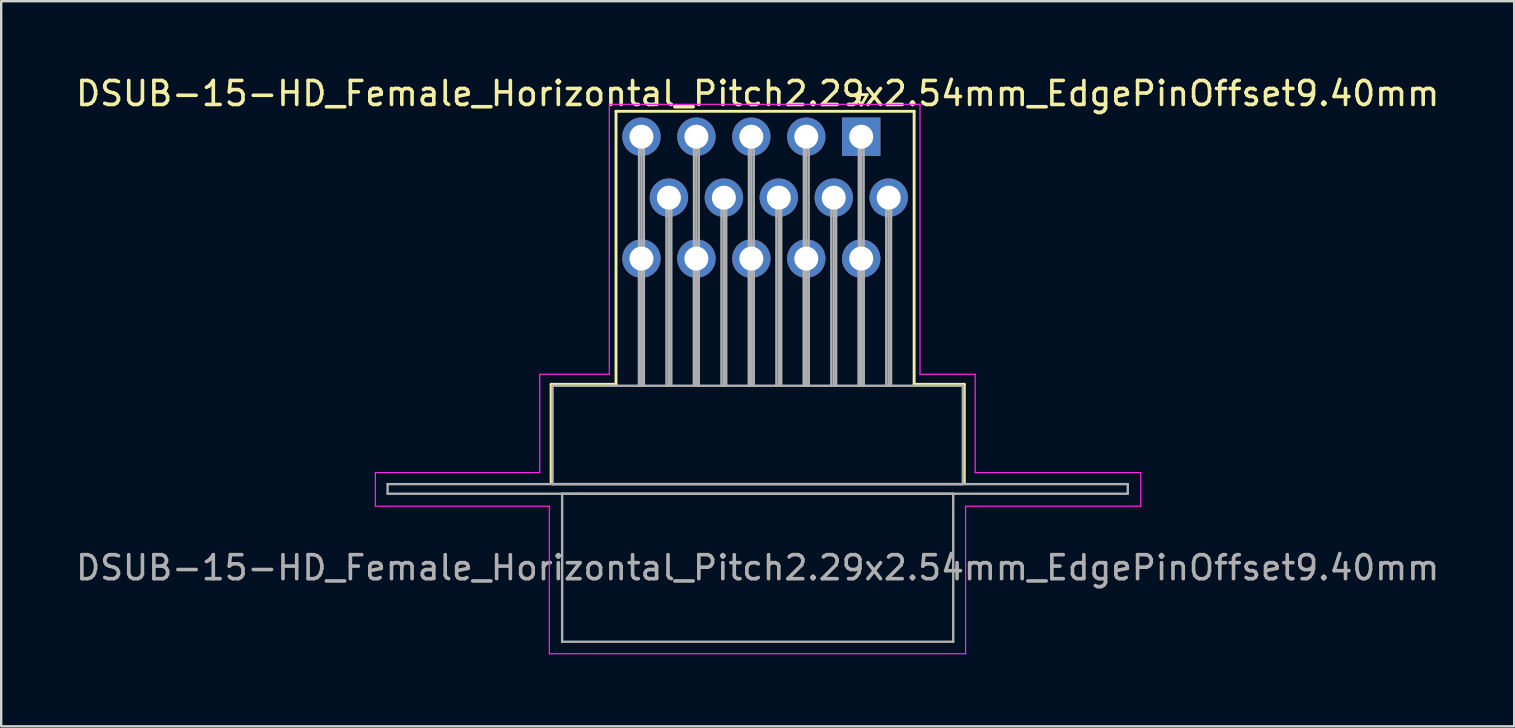
<source format=kicad_pcb>
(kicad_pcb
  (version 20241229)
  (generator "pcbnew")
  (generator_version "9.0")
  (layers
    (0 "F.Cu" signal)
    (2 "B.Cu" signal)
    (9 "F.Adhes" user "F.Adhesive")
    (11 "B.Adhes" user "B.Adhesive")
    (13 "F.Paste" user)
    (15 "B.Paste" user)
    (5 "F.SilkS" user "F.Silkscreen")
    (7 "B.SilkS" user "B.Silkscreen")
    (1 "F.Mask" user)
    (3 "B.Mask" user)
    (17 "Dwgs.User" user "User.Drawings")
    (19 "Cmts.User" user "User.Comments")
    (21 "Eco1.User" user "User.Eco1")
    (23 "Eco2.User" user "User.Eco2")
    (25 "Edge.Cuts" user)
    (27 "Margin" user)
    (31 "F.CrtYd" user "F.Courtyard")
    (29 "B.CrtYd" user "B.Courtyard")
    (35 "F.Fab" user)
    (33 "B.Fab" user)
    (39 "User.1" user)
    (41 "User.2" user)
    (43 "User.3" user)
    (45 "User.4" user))
  (footprint "DSUB-15-HD_Female_Horizontal_Pitch2.29x2.54mm_EdgePinOffset9.40mm"
    (layer "F.Cu")
    (at 32.845 2.648)
    (property "Reference" "DSUB-15-HD_Female_Horizontal_Pitch2.29x2.54mm_EdgePinOffset9.40mm" (at -4.315 -1.8 0) (layer "F.SilkS") (effects (font (size 1 1) (thickness 0.15))))
    (attr through_hole)
    (fp_line (start -12.925 10.32) (end -10.22 10.32) (stroke (width 0.12) (type solid)) (layer "F.SilkS"))
    (fp_line (start -12.925 14.42) (end -12.925 10.32) (stroke (width 0.12) (type solid)) (layer "F.SilkS"))
    (fp_line (start -10.22 -1.06) (end 2.205 -1.06) (stroke (width 0.12) (type solid)) (layer "F.SilkS"))
    (fp_line (start -10.22 10.32) (end -10.22 -1.06) (stroke (width 0.12) (type solid)) (layer "F.SilkS"))
    (fp_line (start -0.25 -1.754) (end 0.25 -1.754) (stroke (width 0.12) (type solid)) (layer "F.SilkS"))
    (fp_line (start 0 -1.321) (end -0.25 -1.754) (stroke (width 0.12) (type solid)) (layer "F.SilkS"))
    (fp_line (start 0.25 -1.754) (end 0 -1.321) (stroke (width 0.12) (type solid)) (layer "F.SilkS"))
    (fp_line (start 2.205 -1.06) (end 2.205 10.32) (stroke (width 0.12) (type solid)) (layer "F.SilkS"))
    (fp_line (start 2.205 10.32) (end 4.295 10.32) (stroke (width 0.12) (type solid)) (layer "F.SilkS"))
    (fp_line (start 4.295 10.32) (end 4.295 14.42) (stroke (width 0.12) (type solid)) (layer "F.SilkS"))
    (fp_line (start -20.25 14) (end -13.4 14) (stroke (width 0.05) (type solid)) (layer "F.CrtYd"))
    (fp_line (start -20.25 15.4) (end -20.25 14) (stroke (width 0.05) (type solid)) (layer "F.CrtYd"))
    (fp_line (start -13.4 9.9) (end -10.5 9.9) (stroke (width 0.05) (type solid)) (layer "F.CrtYd"))
    (fp_line (start -13.4 14) (end -13.4 9.9) (stroke (width 0.05) (type solid)) (layer "F.CrtYd"))
    (fp_line (start -13 15.4) (end -20.25 15.4) (stroke (width 0.05) (type solid)) (layer "F.CrtYd"))
    (fp_line (start -13 21.55) (end -13 15.4) (stroke (width 0.05) (type solid)) (layer "F.CrtYd"))
    (fp_line (start -10.5 -1.35) (end 2.45 -1.35) (stroke (width 0.05) (type solid)) (layer "F.CrtYd"))
    (fp_line (start -10.5 9.9) (end -10.5 -1.35) (stroke (width 0.05) (type solid)) (layer "F.CrtYd"))
    (fp_line (start 2.45 -1.35) (end 2.45 9.9) (stroke (width 0.05) (type solid)) (layer "F.CrtYd"))
    (fp_line (start 2.45 9.9) (end 4.75 9.9) (stroke (width 0.05) (type solid)) (layer "F.CrtYd"))
    (fp_line (start 4.35 15.4) (end 4.35 21.55) (stroke (width 0.05) (type solid)) (layer "F.CrtYd"))
    (fp_line (start 4.35 21.55) (end -13 21.55) (stroke (width 0.05) (type solid)) (layer "F.CrtYd"))
    (fp_line (start 4.75 9.9) (end 4.75 14) (stroke (width 0.05) (type solid)) (layer "F.CrtYd"))
    (fp_line (start 4.75 14) (end 11.65 14) (stroke (width 0.05) (type solid)) (layer "F.CrtYd"))
    (fp_line (start 11.65 14) (end 11.65 15.4) (stroke (width 0.05) (type solid)) (layer "F.CrtYd"))
    (fp_line (start 11.65 15.4) (end 4.35 15.4) (stroke (width 0.05) (type solid)) (layer "F.CrtYd"))
    (fp_line (start -19.74 14.48) (end -19.74 14.88) (stroke (width 0.1) (type solid)) (layer "F.Fab"))
    (fp_line (start -19.74 14.88) (end 11.11 14.88) (stroke (width 0.1) (type solid)) (layer "F.Fab"))
    (fp_line (start -12.865 10.38) (end -12.865 14.48) (stroke (width 0.1) (type solid)) (layer "F.Fab"))
    (fp_line (start -12.865 14.48) (end 4.235 14.48) (stroke (width 0.1) (type solid)) (layer "F.Fab"))
    (fp_line (start -12.465 14.88) (end -12.465 21.05) (stroke (width 0.1) (type solid)) (layer "F.Fab"))
    (fp_line (start -12.465 21.05) (end 3.835 21.05) (stroke (width 0.1) (type solid)) (layer "F.Fab"))
    (fp_line (start -9.26 0) (end -9.26 10.38) (stroke (width 0.1) (type solid)) (layer "F.Fab"))
    (fp_line (start -9.26 5.08) (end -9.26 10.38) (stroke (width 0.1) (type solid)) (layer "F.Fab"))
    (fp_line (start -9.16 0) (end -9.16 10.38) (stroke (width 0.1) (type solid)) (layer "F.Fab"))
    (fp_line (start -9.16 5.08) (end -9.16 10.38) (stroke (width 0.1) (type solid)) (layer "F.Fab"))
    (fp_line (start -9.06 0) (end -9.06 10.38) (stroke (width 0.1) (type solid)) (layer "F.Fab"))
    (fp_line (start -9.06 5.08) (end -9.06 10.38) (stroke (width 0.1) (type solid)) (layer "F.Fab"))
    (fp_line (start -8.115 2.54) (end -8.115 10.38) (stroke (width 0.1) (type solid)) (layer "F.Fab"))
    (fp_line (start -8.015 2.54) (end -8.015 10.38) (stroke (width 0.1) (type solid)) (layer "F.Fab"))
    (fp_line (start -7.915 2.54) (end -7.915 10.38) (stroke (width 0.1) (type solid)) (layer "F.Fab"))
    (fp_line (start -6.97 0) (end -6.97 10.38) (stroke (width 0.1) (type solid)) (layer "F.Fab"))
    (fp_line (start -6.97 5.08) (end -6.97 10.38) (stroke (width 0.1) (type solid)) (layer "F.Fab"))
    (fp_line (start -6.87 0) (end -6.87 10.38) (stroke (width 0.1) (type solid)) (layer "F.Fab"))
    (fp_line (start -6.87 5.08) (end -6.87 10.38) (stroke (width 0.1) (type solid)) (layer "F.Fab"))
    (fp_line (start -6.77 0) (end -6.77 10.38) (stroke (width 0.1) (type solid)) (layer "F.Fab"))
    (fp_line (start -6.77 5.08) (end -6.77 10.38) (stroke (width 0.1) (type solid)) (layer "F.Fab"))
    (fp_line (start -5.825 2.54) (end -5.825 10.38) (stroke (width 0.1) (type solid)) (layer "F.Fab"))
    (fp_line (start -5.725 2.54) (end -5.725 10.38) (stroke (width 0.1) (type solid)) (layer "F.Fab"))
    (fp_line (start -5.625 2.54) (end -5.625 10.38) (stroke (width 0.1) (type solid)) (layer "F.Fab"))
    (fp_line (start -4.68 0) (end -4.68 10.38) (stroke (width 0.1) (type solid)) (layer "F.Fab"))
    (fp_line (start -4.68 5.08) (end -4.68 10.38) (stroke (width 0.1) (type solid)) (layer "F.Fab"))
    (fp_line (start -4.58 0) (end -4.58 10.38) (stroke (width 0.1) (type solid)) (layer "F.Fab"))
    (fp_line (start -4.58 5.08) (end -4.58 10.38) (stroke (width 0.1) (type solid)) (layer "F.Fab"))
    (fp_line (start -4.48 0) (end -4.48 10.38) (stroke (width 0.1) (type solid)) (layer "F.Fab"))
    (fp_line (start -4.48 5.08) (end -4.48 10.38) (stroke (width 0.1) (type solid)) (layer "F.Fab"))
    (fp_line (start -3.535 2.54) (end -3.535 10.38) (stroke (width 0.1) (type solid)) (layer "F.Fab"))
    (fp_line (start -3.435 2.54) (end -3.435 10.38) (stroke (width 0.1) (type solid)) (layer "F.Fab"))
    (fp_line (start -3.335 2.54) (end -3.335 10.38) (stroke (width 0.1) (type solid)) (layer "F.Fab"))
    (fp_line (start -2.39 0) (end -2.39 10.38) (stroke (width 0.1) (type solid)) (layer "F.Fab"))
    (fp_line (start -2.39 5.08) (end -2.39 10.38) (stroke (width 0.1) (type solid)) (layer "F.Fab"))
    (fp_line (start -2.29 0) (end -2.29 10.38) (stroke (width 0.1) (type solid)) (layer "F.Fab"))
    (fp_line (start -2.29 5.08) (end -2.29 10.38) (stroke (width 0.1) (type solid)) (layer "F.Fab"))
    (fp_line (start -2.19 0) (end -2.19 10.38) (stroke (width 0.1) (type solid)) (layer "F.Fab"))
    (fp_line (start -2.19 5.08) (end -2.19 10.38) (stroke (width 0.1) (type solid)) (layer "F.Fab"))
    (fp_line (start -1.245 2.54) (end -1.245 10.38) (stroke (width 0.1) (type solid)) (layer "F.Fab"))
    (fp_line (start -1.145 2.54) (end -1.145 10.38) (stroke (width 0.1) (type solid)) (layer "F.Fab"))
    (fp_line (start -1.045 2.54) (end -1.045 10.38) (stroke (width 0.1) (type solid)) (layer "F.Fab"))
    (fp_line (start -0.1 0) (end -0.1 10.38) (stroke (width 0.1) (type solid)) (layer "F.Fab"))
    (fp_line (start -0.1 5.08) (end -0.1 10.38) (stroke (width 0.1) (type solid)) (layer "F.Fab"))
    (fp_line (start 0 0) (end 0 10.38) (stroke (width 0.1) (type solid)) (layer "F.Fab"))
    (fp_line (start 0 5.08) (end 0 10.38) (stroke (width 0.1) (type solid)) (layer "F.Fab"))
    (fp_line (start 0.1 0) (end 0.1 10.38) (stroke (width 0.1) (type solid)) (layer "F.Fab"))
    (fp_line (start 0.1 5.08) (end 0.1 10.38) (stroke (width 0.1) (type solid)) (layer "F.Fab"))
    (fp_line (start 1.045 2.54) (end 1.045 10.38) (stroke (width 0.1) (type solid)) (layer "F.Fab"))
    (fp_line (start 1.145 2.54) (end 1.145 10.38) (stroke (width 0.1) (type solid)) (layer "F.Fab"))
    (fp_line (start 1.245 2.54) (end 1.245 10.38) (stroke (width 0.1) (type solid)) (layer "F.Fab"))
    (fp_line (start 3.835 14.88) (end -12.465 14.88) (stroke (width 0.1) (type solid)) (layer "F.Fab"))
    (fp_line (start 3.835 21.05) (end 3.835 14.88) (stroke (width 0.1) (type solid)) (layer "F.Fab"))
    (fp_line (start 4.235 10.38) (end -12.865 10.38) (stroke (width 0.1) (type solid)) (layer "F.Fab"))
    (fp_line (start 4.235 14.48) (end 4.235 10.38) (stroke (width 0.1) (type solid)) (layer "F.Fab"))
    (fp_line (start 11.11 14.48) (end -19.74 14.48) (stroke (width 0.1) (type solid)) (layer "F.Fab"))
    (fp_line (start 11.11 14.88) (end 11.11 14.48) (stroke (width 0.1) (type solid)) (layer "F.Fab"))
    (fp_text user "${REFERENCE}" (at -4.315 17.965 0) (layer "F.Fab") (effects (font (size 1 1) (thickness 0.15))))
    (pad "1" thru_hole rect (at 0 0) (size 1.6 1.6) (drill 1) (layers "*.Cu" "*.Mask"))
    (pad "2" thru_hole circle (at -2.29 0) (size 1.6 1.6) (drill 1) (layers "*.Cu" "*.Mask"))
    (pad "3" thru_hole circle (at -4.58 0) (size 1.6 1.6) (drill 1) (layers "*.Cu" "*.Mask"))
    (pad "4" thru_hole circle (at -6.87 0) (size 1.6 1.6) (drill 1) (layers "*.Cu" "*.Mask"))
    (pad "5" thru_hole circle (at -9.16 0) (size 1.6 1.6) (drill 1) (layers "*.Cu" "*.Mask"))
    (pad "6" thru_hole circle (at 1.145 2.54) (size 1.6 1.6) (drill 1) (layers "*.Cu" "*.Mask"))
    (pad "7" thru_hole circle (at -1.145 2.54) (size 1.6 1.6) (drill 1) (layers "*.Cu" "*.Mask"))
    (pad "8" thru_hole circle (at -3.435 2.54) (size 1.6 1.6) (drill 1) (layers "*.Cu" "*.Mask"))
    (pad "9" thru_hole circle (at -5.725 2.54) (size 1.6 1.6) (drill 1) (layers "*.Cu" "*.Mask"))
    (pad "10" thru_hole circle (at -8.015 2.54) (size 1.6 1.6) (drill 1) (layers "*.Cu" "*.Mask"))
    (pad "11" thru_hole circle (at 0 5.08) (size 1.6 1.6) (drill 1) (layers "*.Cu" "*.Mask"))
    (pad "12" thru_hole circle (at -2.29 5.08) (size 1.6 1.6) (drill 1) (layers "*.Cu" "*.Mask"))
    (pad "13" thru_hole circle (at -4.58 5.08) (size 1.6 1.6) (drill 1) (layers "*.Cu" "*.Mask"))
    (pad "14" thru_hole circle (at -6.87 5.08) (size 1.6 1.6) (drill 1) (layers "*.Cu" "*.Mask"))
    (pad "15" thru_hole circle (at -9.16 5.08) (size 1.6 1.6) (drill 1) (layers "*.Cu" "*.Mask")))
  (gr_rect
    (start -3 -3)
    (end 60.06 27.223)
    (stroke (width 0.1) (type default))
    (fill no)
    (layer "Edge.Cuts")))
</source>
